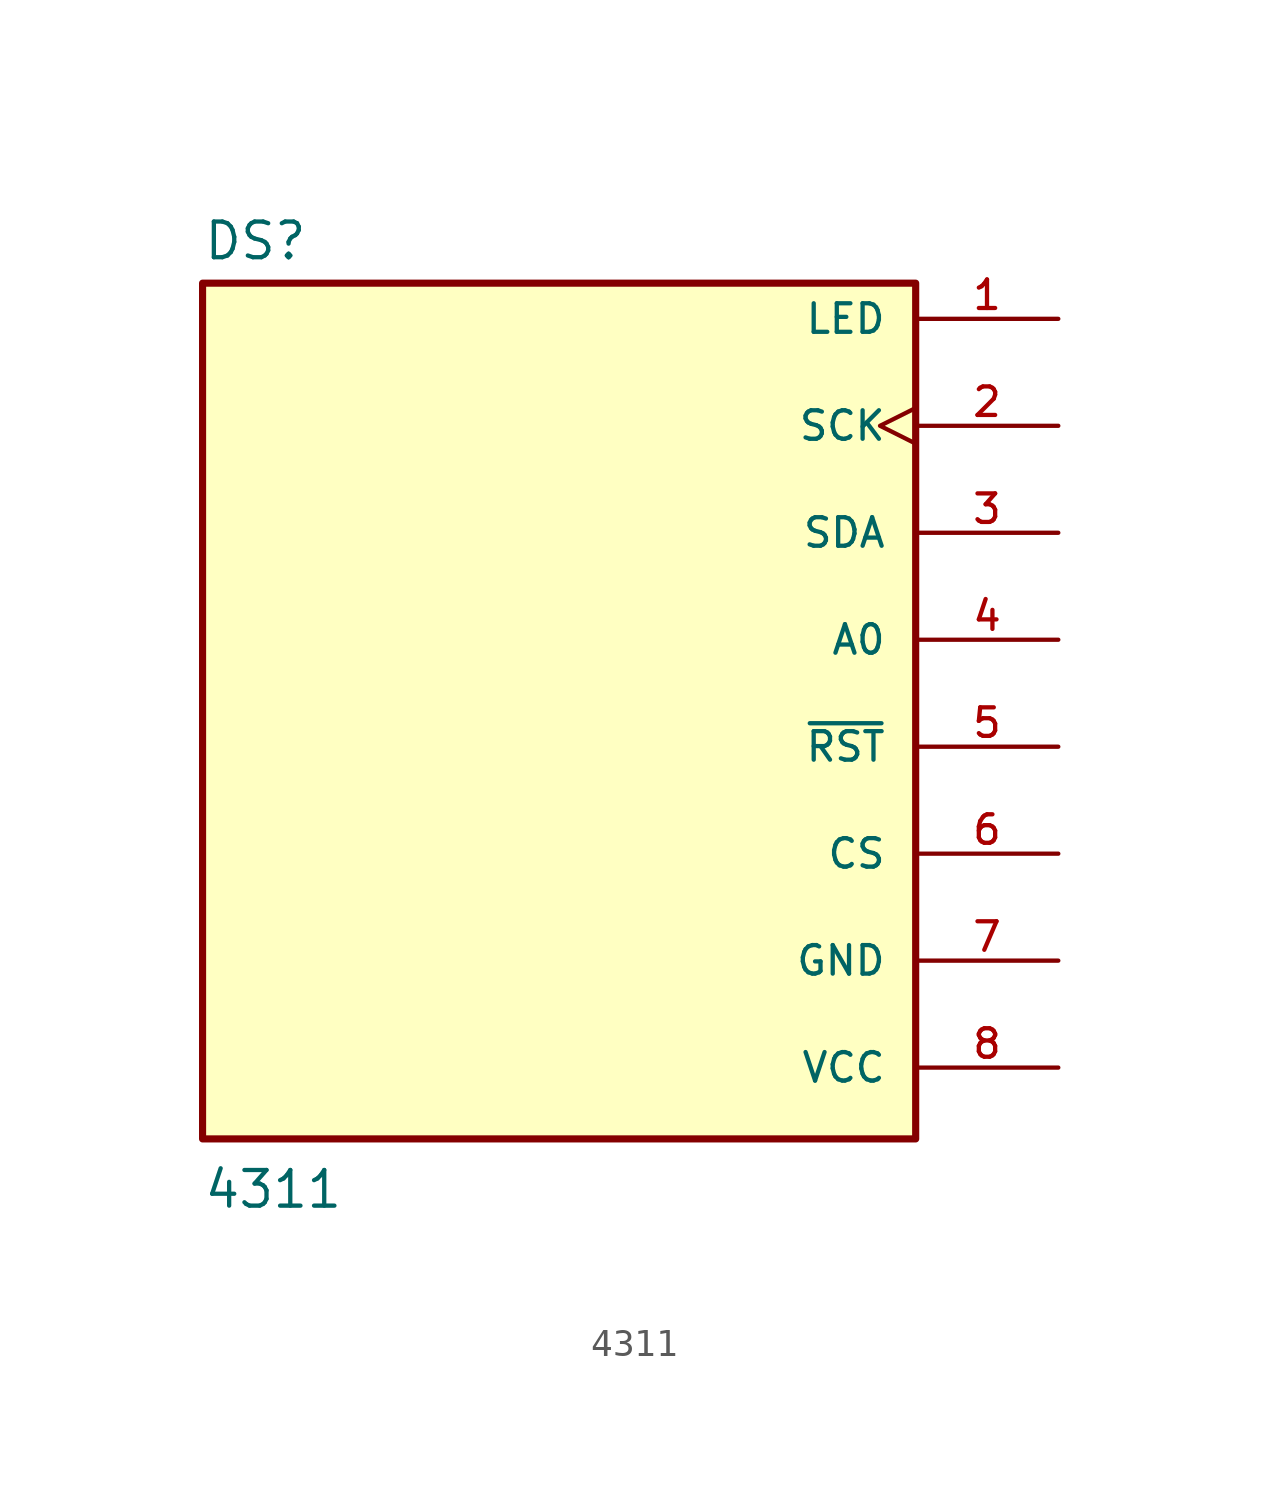
<source format=kicad_sym>
(kicad_symbol_lib
  (version 20231120)
  (generator "kicad_symbol_editor")
  (generator_version "8.0")
  (symbol "4311"
    (pin_names
      (offset 1.016))
    (property "Reference" "DS"
      (at -12.7 16.002 0)
      (effects (font (size 1.27 1.27)) (justify left bottom)))
    (property "Value" "4311"
      (at -12.7 -17.78 0)
      (effects (font (size 1.27 1.27)) (justify left bottom)))
    (symbol "4311_0_0"
      (rectangle (start -12.7 15.24) (end 12.7 -15.24) (stroke (width 0.254) (type default)) (fill (type background))))
    (symbol "4311_1_0"
      (pin input line (at 17.78 13.97 180) (length 5.08) (name "LED" (effects (font (size 1.016 1.016)))) (number "1" (effects (font (size 1.016 1.016)))))
      (pin input clock (at 17.78 10.16 180) (length 5.08) (name "SCK" (effects (font (size 1.016 1.016)))) (number "2" (effects (font (size 1.016 1.016)))))
      (pin input line (at 17.78 6.35 180) (length 5.08) (name "SDA" (effects (font (size 1.016 1.016)))) (number "3" (effects (font (size 1.016 1.016)))))
      (pin input line (at 17.78 2.54 180) (length 5.08) (name "A0" (effects (font (size 1.016 1.016)))) (number "4" (effects (font (size 1.016 1.016)))))
      (pin input line (at 17.78 -1.27 180) (length 5.08) (name "~{RST}" (effects (font (size 1.016 1.016)))) (number "5" (effects (font (size 1.016 1.016)))))
      (pin input line (at 17.78 -5.08 180) (length 5.08) (name "CS" (effects (font (size 1.016 1.016)))) (number "6" (effects (font (size 1.016 1.016)))))
      (pin power_in line (at 17.78 -8.89 180) (length 5.08) (name "GND" (effects (font (size 1.016 1.016)))) (number "7" (effects (font (size 1.016 1.016)))))
      (pin power_in line (at 17.78 -12.7 180) (length 5.08) (name "VCC" (effects (font (size 1.016 1.016)))) (number "8" (effects (font (size 1.016 1.016))))))))
</source>
